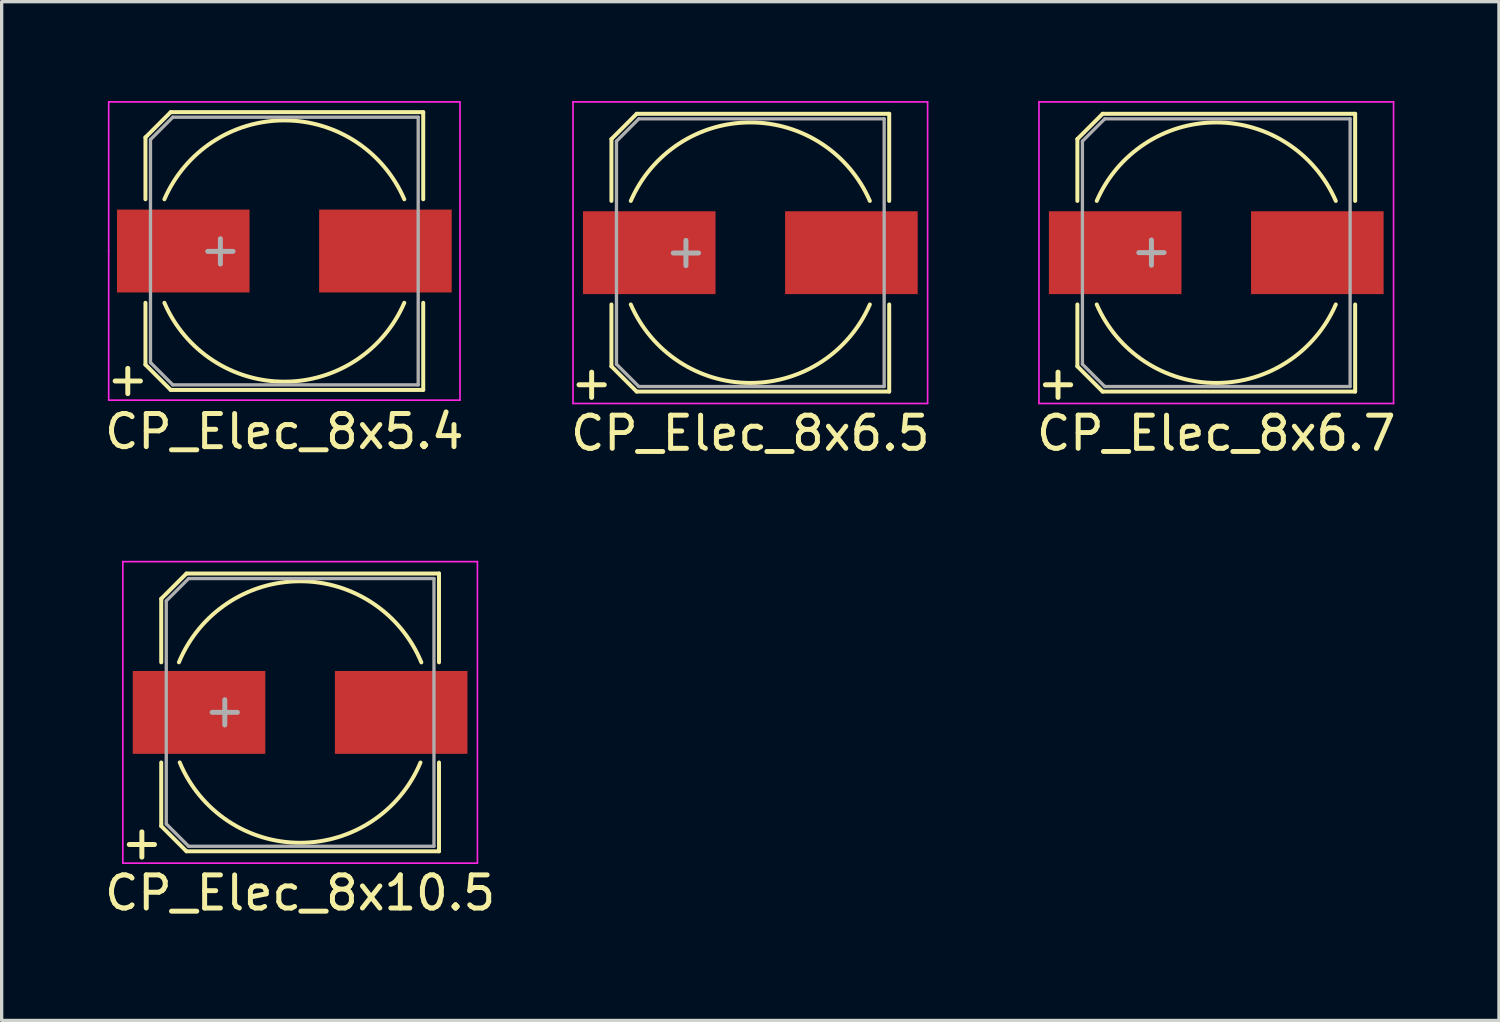
<source format=kicad_pcb>
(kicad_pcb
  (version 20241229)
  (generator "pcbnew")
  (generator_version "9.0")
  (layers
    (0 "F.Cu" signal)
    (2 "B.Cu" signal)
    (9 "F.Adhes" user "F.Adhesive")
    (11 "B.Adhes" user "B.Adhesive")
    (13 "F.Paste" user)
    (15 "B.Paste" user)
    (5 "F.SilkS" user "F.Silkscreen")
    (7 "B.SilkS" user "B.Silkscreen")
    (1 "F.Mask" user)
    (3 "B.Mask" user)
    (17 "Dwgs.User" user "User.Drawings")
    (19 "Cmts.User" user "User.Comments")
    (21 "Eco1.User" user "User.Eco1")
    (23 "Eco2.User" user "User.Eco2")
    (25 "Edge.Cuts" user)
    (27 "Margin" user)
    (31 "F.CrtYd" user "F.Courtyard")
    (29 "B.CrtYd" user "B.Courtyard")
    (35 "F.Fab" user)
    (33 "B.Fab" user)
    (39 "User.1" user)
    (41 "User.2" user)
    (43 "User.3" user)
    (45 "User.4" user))
  (footprint "CP_Elec_8x6.7"
    (layer "F.Cu")
    (at 33.651 4.575)
    (property "Reference" "CP_Elec_8x6.7" (at 0 5.448 0) (layer "F.SilkS") (effects (font (size 1 1) (thickness 0.15))))
    (attr smd)
    (fp_line (start -4.191 -3.429) (end -4.191 -1.562) (stroke (width 0.12) (type solid)) (layer "F.SilkS"))
    (fp_line (start -4.191 -3.429) (end -3.429 -4.191) (stroke (width 0.12) (type solid)) (layer "F.SilkS"))
    (fp_line (start -4.191 3.429) (end -4.191 1.562) (stroke (width 0.12) (type solid)) (layer "F.SilkS"))
    (fp_line (start -3.429 -4.191) (end 4.191 -4.191) (stroke (width 0.12) (type solid)) (layer "F.SilkS"))
    (fp_line (start -3.429 4.191) (end -4.191 3.429) (stroke (width 0.12) (type solid)) (layer "F.SilkS"))
    (fp_line (start 4.191 -4.191) (end 4.191 -1.562) (stroke (width 0.12) (type solid)) (layer "F.SilkS"))
    (fp_line (start 4.191 4.191) (end -3.429 4.191) (stroke (width 0.12) (type solid)) (layer "F.SilkS"))
    (fp_line (start 4.191 4.191) (end 4.191 1.562) (stroke (width 0.12) (type solid)) (layer "F.SilkS"))
    (fp_arc (start -3.6068 -1.5621) (mid 0 -3.930542) (end 3.6068 -1.5621) (stroke (width 0.12) (type solid)) (layer "F.SilkS"))
    (fp_arc (start 3.6068 1.5621) (mid 0 3.930542) (end -3.6068 1.5621) (stroke (width 0.12) (type solid)) (layer "F.SilkS"))
    (fp_line (start -5.35 -4.55) (end -5.35 4.55) (stroke (width 0.05) (type solid)) (layer "F.CrtYd"))
    (fp_line (start -5.35 4.55) (end 5.35 4.55) (stroke (width 0.05) (type solid)) (layer "F.CrtYd"))
    (fp_line (start 5.35 -4.55) (end -5.35 -4.55) (stroke (width 0.05) (type solid)) (layer "F.CrtYd"))
    (fp_line (start 5.35 4.55) (end 5.35 -4.55) (stroke (width 0.05) (type solid)) (layer "F.CrtYd"))
    (fp_line (start -4.039 -3.365) (end -4.039 3.365) (stroke (width 0.1) (type solid)) (layer "F.Fab"))
    (fp_line (start -4.039 3.365) (end -3.365 4.039) (stroke (width 0.1) (type solid)) (layer "F.Fab"))
    (fp_line (start -3.365 -4.039) (end -4.039 -3.365) (stroke (width 0.1) (type solid)) (layer "F.Fab"))
    (fp_line (start -3.365 4.039) (end 4.039 4.039) (stroke (width 0.1) (type solid)) (layer "F.Fab"))
    (fp_line (start 4.039 -4.039) (end -3.365 -4.039) (stroke (width 0.1) (type solid)) (layer "F.Fab"))
    (fp_line (start 4.039 4.039) (end 4.039 -4.039) (stroke (width 0.1) (type solid)) (layer "F.Fab"))
    (fp_text user "+" (at -4.775 3.912 0) (layer "F.SilkS") (effects (font (size 1 1) (thickness 0.15))))
    (fp_text user "+" (at -1.956 -0.076 0) (layer "F.Fab") (effects (font (size 1 1) (thickness 0.15))))
    (pad "1" smd rect (at -3.05 0 180) (size 4 2.5) (layers "F.Cu" "F.Mask" "F.Paste"))
    (pad "2" smd rect (at 3.05 0 180) (size 4 2.5) (layers "F.Cu" "F.Mask" "F.Paste")))
  (footprint "CP_Elec_8x10.5"
    (layer "F.Cu")
    (at 6.006 18.447)
    (property "Reference" "CP_Elec_8x10.5" (at 0 5.448 0) (layer "F.SilkS") (effects (font (size 1 1) (thickness 0.15))))
    (attr smd)
    (fp_line (start -4.191 -3.429) (end -4.191 -1.511) (stroke (width 0.12) (type solid)) (layer "F.SilkS"))
    (fp_line (start -4.191 -3.429) (end -3.429 -4.191) (stroke (width 0.12) (type solid)) (layer "F.SilkS"))
    (fp_line (start -4.191 3.429) (end -4.191 1.511) (stroke (width 0.12) (type solid)) (layer "F.SilkS"))
    (fp_line (start -3.429 -4.191) (end 4.191 -4.191) (stroke (width 0.12) (type solid)) (layer "F.SilkS"))
    (fp_line (start -3.429 4.191) (end -4.191 3.429) (stroke (width 0.12) (type solid)) (layer "F.SilkS"))
    (fp_line (start 4.191 -4.191) (end 4.191 -1.511) (stroke (width 0.12) (type solid)) (layer "F.SilkS"))
    (fp_line (start 4.191 4.191) (end -3.429 4.191) (stroke (width 0.12) (type solid)) (layer "F.SilkS"))
    (fp_line (start 4.191 4.191) (end 4.191 1.511) (stroke (width 0.12) (type solid)) (layer "F.SilkS"))
    (fp_arc (start -3.6576 -1.5113) (mid 0.001026 -3.957533) (end 3.658383 -1.509403) (stroke (width 0.12) (type solid)) (layer "F.SilkS"))
    (fp_arc (start 3.6322 1.5113) (mid -0.001441 3.934069) (end -3.633306 1.508639) (stroke (width 0.12) (type solid)) (layer "F.SilkS"))
    (fp_line (start -5.35 -4.55) (end -5.35 4.55) (stroke (width 0.05) (type solid)) (layer "F.CrtYd"))
    (fp_line (start -5.35 4.55) (end 5.35 4.55) (stroke (width 0.05) (type solid)) (layer "F.CrtYd"))
    (fp_line (start 5.35 -4.55) (end -5.35 -4.55) (stroke (width 0.05) (type solid)) (layer "F.CrtYd"))
    (fp_line (start 5.35 4.55) (end 5.35 -4.55) (stroke (width 0.05) (type solid)) (layer "F.CrtYd"))
    (fp_line (start -4.039 -3.365) (end -4.039 3.365) (stroke (width 0.1) (type solid)) (layer "F.Fab"))
    (fp_line (start -4.039 3.365) (end -3.365 4.039) (stroke (width 0.1) (type solid)) (layer "F.Fab"))
    (fp_line (start -3.365 -4.039) (end -4.039 -3.365) (stroke (width 0.1) (type solid)) (layer "F.Fab"))
    (fp_line (start -3.365 4.039) (end 4.039 4.039) (stroke (width 0.1) (type solid)) (layer "F.Fab"))
    (fp_line (start 4.039 -4.039) (end -3.365 -4.039) (stroke (width 0.1) (type solid)) (layer "F.Fab"))
    (fp_line (start 4.039 4.039) (end 4.039 -4.039) (stroke (width 0.1) (type solid)) (layer "F.Fab"))
    (fp_text user "+" (at -4.775 3.912 0) (layer "F.SilkS") (effects (font (size 1 1) (thickness 0.15))))
    (fp_text user "+" (at -2.273 -0.076 0) (layer "F.Fab") (effects (font (size 1 1) (thickness 0.15))))
    (pad "1" smd rect (at -3.05 0 180) (size 4 2.5) (layers "F.Cu" "F.Mask" "F.Paste"))
    (pad "2" smd rect (at 3.05 0 180) (size 4 2.5) (layers "F.Cu" "F.Mask" "F.Paste")))
  (footprint "CP_Elec_8x5.4"
    (layer "F.Cu")
    (at 5.53 4.525)
    (property "Reference" "CP_Elec_8x5.4" (at 0 5.448 0) (layer "F.SilkS") (effects (font (size 1 1) (thickness 0.15))))
    (attr smd)
    (fp_line (start -4.191 -3.429) (end -4.191 -1.562) (stroke (width 0.12) (type solid)) (layer "F.SilkS"))
    (fp_line (start -4.191 -3.429) (end -3.429 -4.191) (stroke (width 0.12) (type solid)) (layer "F.SilkS"))
    (fp_line (start -4.191 3.429) (end -4.191 1.562) (stroke (width 0.12) (type solid)) (layer "F.SilkS"))
    (fp_line (start -3.429 -4.191) (end 4.191 -4.191) (stroke (width 0.12) (type solid)) (layer "F.SilkS"))
    (fp_line (start -3.429 4.191) (end -4.191 3.429) (stroke (width 0.12) (type solid)) (layer "F.SilkS"))
    (fp_line (start 4.191 -4.191) (end 4.191 -1.562) (stroke (width 0.12) (type solid)) (layer "F.SilkS"))
    (fp_line (start 4.191 4.191) (end -3.429 4.191) (stroke (width 0.12) (type solid)) (layer "F.SilkS"))
    (fp_line (start 4.191 4.191) (end 4.191 1.562) (stroke (width 0.12) (type solid)) (layer "F.SilkS"))
    (fp_arc (start -3.6195 -1.5621) (mid 0 -3.942199) (end 3.6195 -1.5621) (stroke (width 0.12) (type solid)) (layer "F.SilkS"))
    (fp_arc (start 3.6195 1.5621) (mid 0 3.942199) (end -3.6195 1.5621) (stroke (width 0.12) (type solid)) (layer "F.SilkS"))
    (fp_line (start -5.3 -4.5) (end -5.3 0) (stroke (width 0.05) (type solid)) (layer "F.CrtYd"))
    (fp_line (start -5.3 0) (end -5.3 4.5) (stroke (width 0.05) (type solid)) (layer "F.CrtYd"))
    (fp_line (start -5.3 4.5) (end 5.3 4.5) (stroke (width 0.05) (type solid)) (layer "F.CrtYd"))
    (fp_line (start 5.3 -4.5) (end -5.3 -4.5) (stroke (width 0.05) (type solid)) (layer "F.CrtYd"))
    (fp_line (start 5.3 4.5) (end 5.3 -4.5) (stroke (width 0.05) (type solid)) (layer "F.CrtYd"))
    (fp_line (start -4.039 -3.365) (end -4.039 3.365) (stroke (width 0.1) (type solid)) (layer "F.Fab"))
    (fp_line (start -4.039 3.365) (end -3.365 4.039) (stroke (width 0.1) (type solid)) (layer "F.Fab"))
    (fp_line (start -3.365 -4.039) (end -4.039 -3.365) (stroke (width 0.1) (type solid)) (layer "F.Fab"))
    (fp_line (start -3.365 4.039) (end 4.039 4.039) (stroke (width 0.1) (type solid)) (layer "F.Fab"))
    (fp_line (start 4.039 -4.039) (end -3.365 -4.039) (stroke (width 0.1) (type solid)) (layer "F.Fab"))
    (fp_line (start 4.039 4.039) (end 4.039 -4.039) (stroke (width 0.1) (type solid)) (layer "F.Fab"))
    (fp_text user "+" (at -4.724 3.848 0) (layer "F.SilkS") (effects (font (size 1 1) (thickness 0.15))))
    (fp_text user "+" (at -1.93 -0.064 0) (layer "F.Fab") (effects (font (size 1 1) (thickness 0.15))))
    (pad "1" smd rect (at -3.05 0 180) (size 4 2.5) (layers "F.Cu" "F.Mask" "F.Paste"))
    (pad "2" smd rect (at 3.05 0 180) (size 4 2.5) (layers "F.Cu" "F.Mask" "F.Paste")))
  (footprint "CP_Elec_8x6.5"
    (layer "F.Cu")
    (at 19.591 4.575)
    (property "Reference" "CP_Elec_8x6.5" (at 0 5.448 0) (layer "F.SilkS") (effects (font (size 1 1) (thickness 0.15))))
    (attr smd)
    (fp_line (start -4.191 -3.429) (end -4.191 -1.562) (stroke (width 0.12) (type solid)) (layer "F.SilkS"))
    (fp_line (start -4.191 -3.429) (end -3.429 -4.191) (stroke (width 0.12) (type solid)) (layer "F.SilkS"))
    (fp_line (start -4.191 3.429) (end -4.191 1.562) (stroke (width 0.12) (type solid)) (layer "F.SilkS"))
    (fp_line (start -3.429 -4.191) (end 4.191 -4.191) (stroke (width 0.12) (type solid)) (layer "F.SilkS"))
    (fp_line (start -3.429 4.191) (end -4.191 3.429) (stroke (width 0.12) (type solid)) (layer "F.SilkS"))
    (fp_line (start 4.191 -4.191) (end 4.191 -1.562) (stroke (width 0.12) (type solid)) (layer "F.SilkS"))
    (fp_line (start 4.191 4.191) (end -3.429 4.191) (stroke (width 0.12) (type solid)) (layer "F.SilkS"))
    (fp_line (start 4.191 4.191) (end 4.191 1.562) (stroke (width 0.12) (type solid)) (layer "F.SilkS"))
    (fp_arc (start -3.6068 -1.5621) (mid 0 -3.930542) (end 3.6068 -1.5621) (stroke (width 0.12) (type solid)) (layer "F.SilkS"))
    (fp_arc (start 3.6068 1.5621) (mid 0 3.930542) (end -3.6068 1.5621) (stroke (width 0.12) (type solid)) (layer "F.SilkS"))
    (fp_line (start -5.35 -4.55) (end -5.35 4.55) (stroke (width 0.05) (type solid)) (layer "F.CrtYd"))
    (fp_line (start -5.35 4.55) (end 5.35 4.55) (stroke (width 0.05) (type solid)) (layer "F.CrtYd"))
    (fp_line (start 5.35 -4.55) (end -5.35 -4.55) (stroke (width 0.05) (type solid)) (layer "F.CrtYd"))
    (fp_line (start 5.35 4.55) (end 5.35 -4.55) (stroke (width 0.05) (type solid)) (layer "F.CrtYd"))
    (fp_line (start -4.039 -3.365) (end -4.039 3.365) (stroke (width 0.1) (type solid)) (layer "F.Fab"))
    (fp_line (start -4.039 3.365) (end -3.365 4.039) (stroke (width 0.1) (type solid)) (layer "F.Fab"))
    (fp_line (start -3.365 -4.039) (end -4.039 -3.365) (stroke (width 0.1) (type solid)) (layer "F.Fab"))
    (fp_line (start -3.365 4.039) (end 4.039 4.039) (stroke (width 0.1) (type solid)) (layer "F.Fab"))
    (fp_line (start 4.039 -4.039) (end -3.365 -4.039) (stroke (width 0.1) (type solid)) (layer "F.Fab"))
    (fp_line (start 4.039 4.039) (end 4.039 -4.039) (stroke (width 0.1) (type solid)) (layer "F.Fab"))
    (fp_text user "+" (at -4.788 3.912 0) (layer "F.SilkS") (effects (font (size 1 1) (thickness 0.15))))
    (fp_text user "+" (at -1.943 -0.064 0) (layer "F.Fab") (effects (font (size 1 1) (thickness 0.15))))
    (pad "1" smd rect (at -3.05 0 180) (size 4 2.5) (layers "F.Cu" "F.Mask" "F.Paste"))
    (pad "2" smd rect (at 3.05 0 180) (size 4 2.5) (layers "F.Cu" "F.Mask" "F.Paste")))
  (gr_rect
    (start -3 -3)
    (end 42.181 27.743)
    (stroke (width 0.1) (type default))
    (fill no)
    (layer "Edge.Cuts")))
</source>
